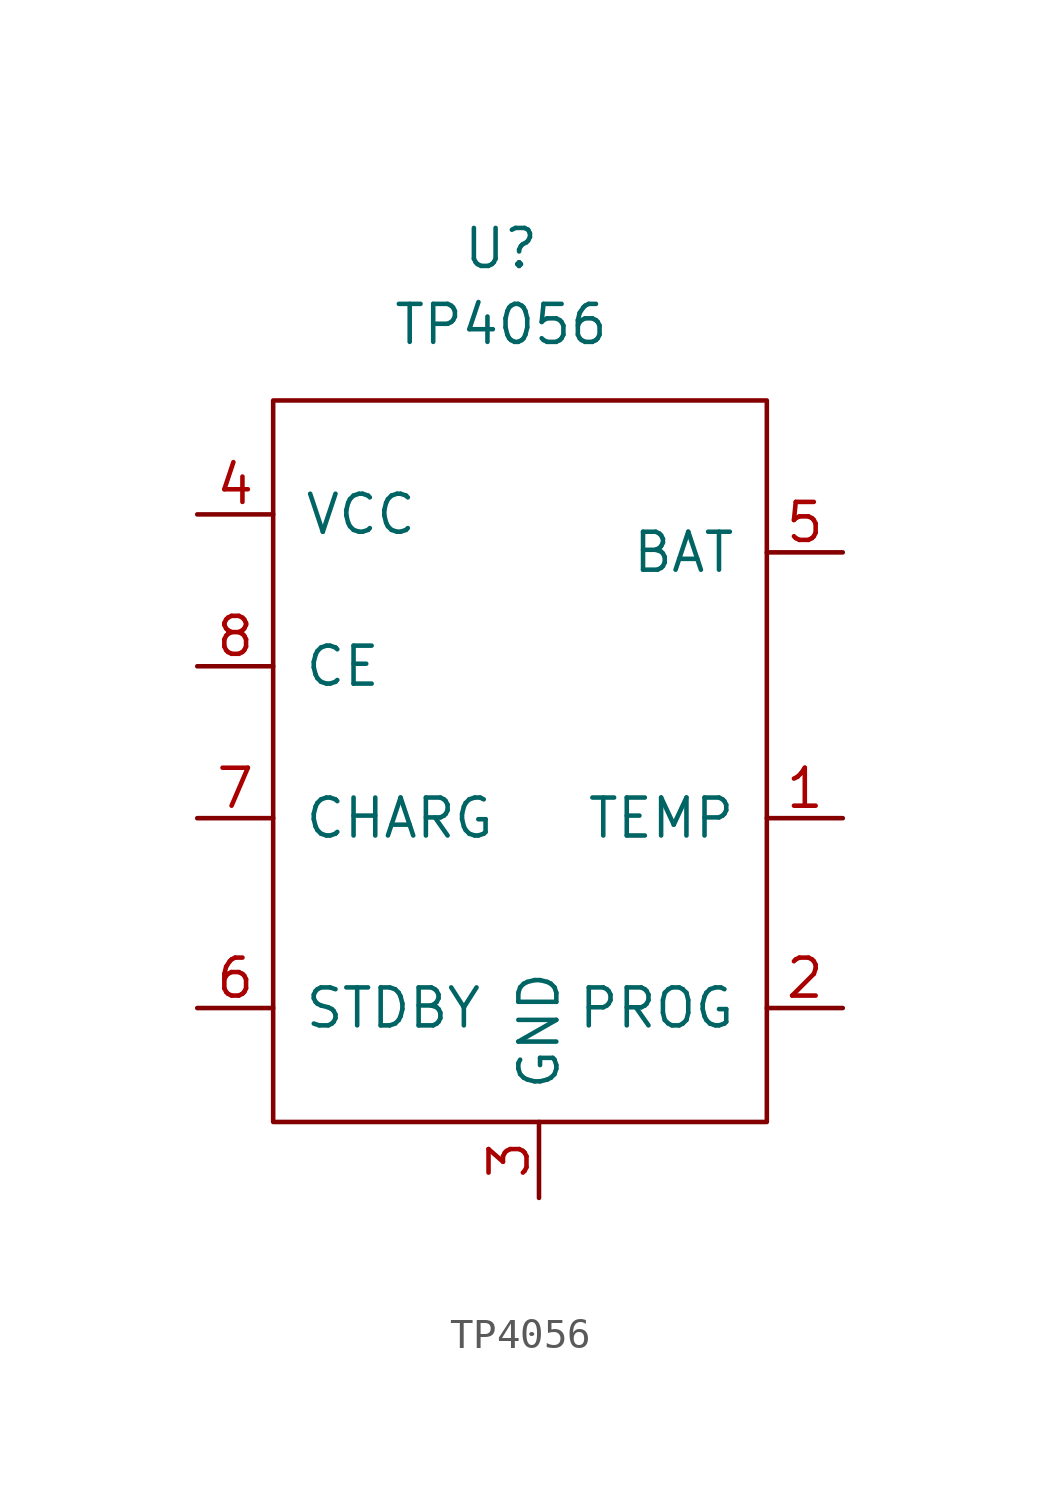
<source format=kicad_sym>
(kicad_symbol_lib
  (version 20211014)
  (generator kicad_symbol_editor)
  (symbol "TP4056"
    (pin_names
      (offset 1.016))
    (property "Reference" "U"
      (at -1.27 13.97 0)
      (effects (font (size 1.27 1.27))))
    (property "Value" "TP4056"
      (at -1.27 11.43 0)
      (effects (font (size 1.27 1.27))))
    (symbol "TP4056_0_1"
      (rectangle (start -8.89 8.89) (end 7.62 -15.24) (stroke (width 0) (type default) (color 0 0 0 0)) (fill (type none))))
    (symbol "TP4056_1_1"
      (pin passive line (at 10.16 -5.08 180) (length 2.54) (name "TEMP" (effects (font (size 1.27 1.27)))) (number "1" (effects (font (size 1.27 1.27)))))
      (pin passive line (at 10.16 -11.43 180) (length 2.54) (name "PROG" (effects (font (size 1.27 1.27)))) (number "2" (effects (font (size 1.27 1.27)))))
      (pin passive line (at 0 -17.78 90) (length 2.54) (name "GND" (effects (font (size 1.27 1.27)))) (number "3" (effects (font (size 1.27 1.27)))))
      (pin passive line (at -11.43 5.08 0) (length 2.54) (name "VCC" (effects (font (size 1.27 1.27)))) (number "4" (effects (font (size 1.27 1.27)))))
      (pin passive line (at 10.16 3.81 180) (length 2.54) (name "BAT" (effects (font (size 1.27 1.27)))) (number "5" (effects (font (size 1.27 1.27)))))
      (pin passive line (at -11.43 -11.43 0) (length 2.54) (name "STDBY" (effects (font (size 1.27 1.27)))) (number "6" (effects (font (size 1.27 1.27)))))
      (pin passive line (at -11.43 -5.08 0) (length 2.54) (name "CHARG" (effects (font (size 1.27 1.27)))) (number "7" (effects (font (size 1.27 1.27)))))
      (pin passive line (at -11.43 0 0) (length 2.54) (name "CE" (effects (font (size 1.27 1.27)))) (number "8" (effects (font (size 1.27 1.27))))))))
</source>
